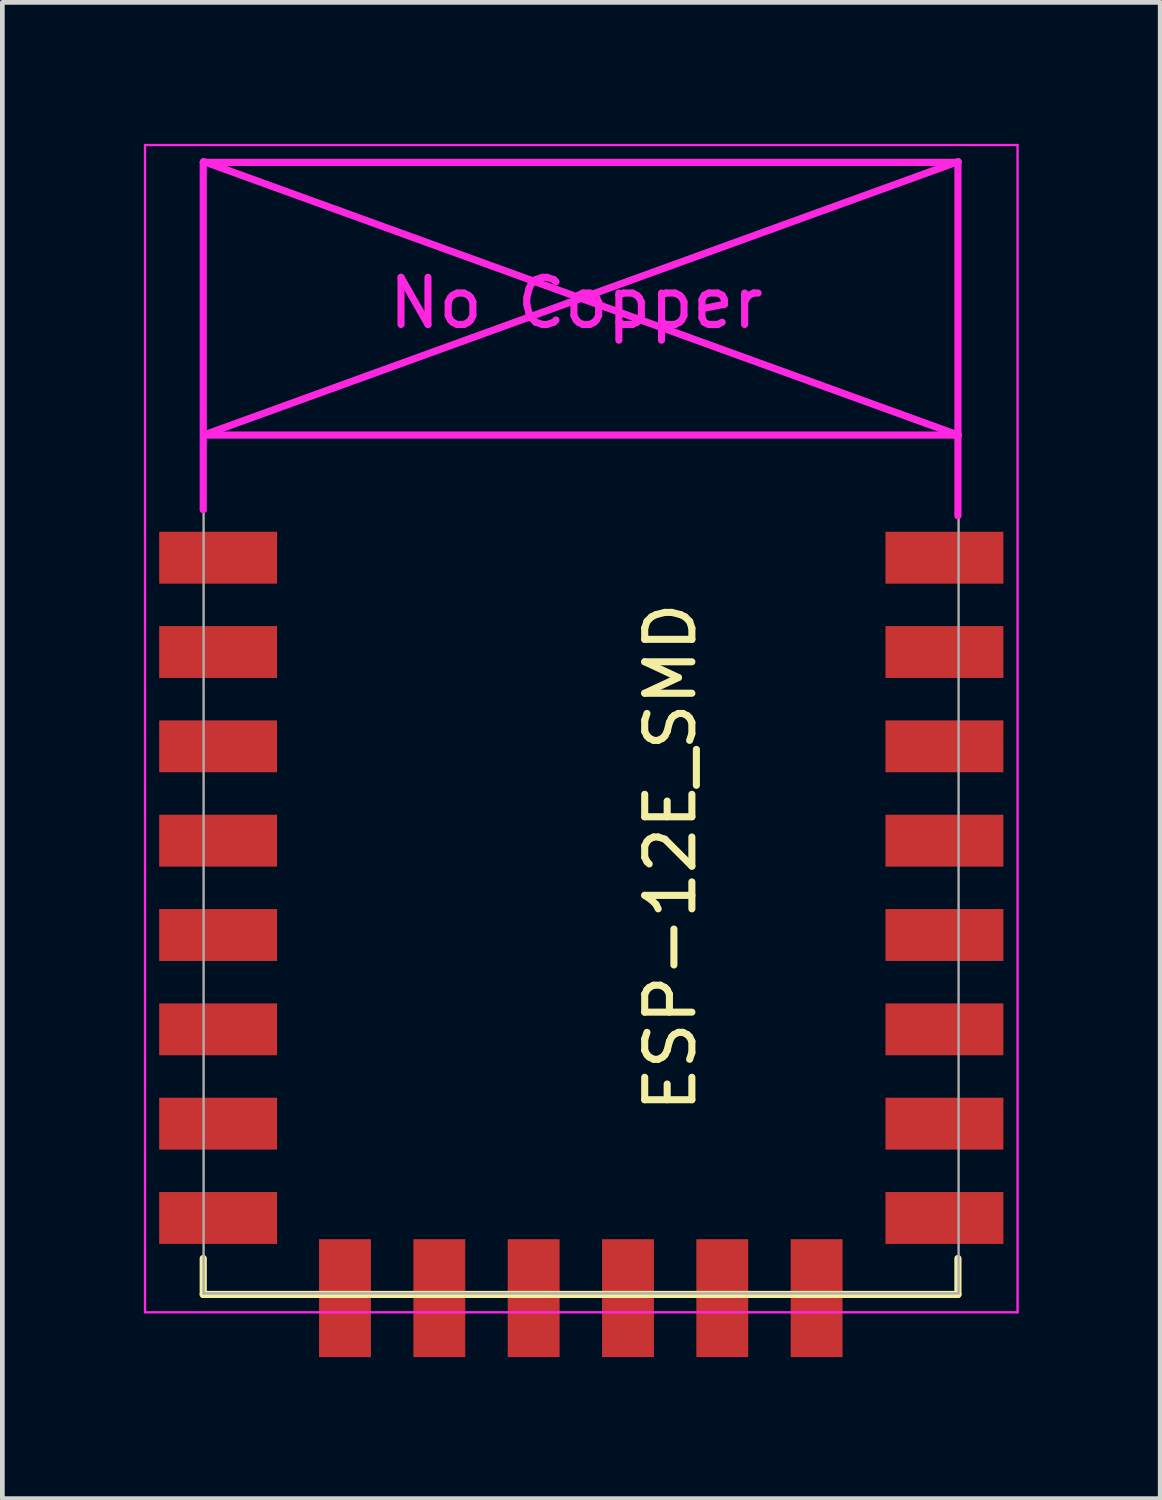
<source format=kicad_pcb>
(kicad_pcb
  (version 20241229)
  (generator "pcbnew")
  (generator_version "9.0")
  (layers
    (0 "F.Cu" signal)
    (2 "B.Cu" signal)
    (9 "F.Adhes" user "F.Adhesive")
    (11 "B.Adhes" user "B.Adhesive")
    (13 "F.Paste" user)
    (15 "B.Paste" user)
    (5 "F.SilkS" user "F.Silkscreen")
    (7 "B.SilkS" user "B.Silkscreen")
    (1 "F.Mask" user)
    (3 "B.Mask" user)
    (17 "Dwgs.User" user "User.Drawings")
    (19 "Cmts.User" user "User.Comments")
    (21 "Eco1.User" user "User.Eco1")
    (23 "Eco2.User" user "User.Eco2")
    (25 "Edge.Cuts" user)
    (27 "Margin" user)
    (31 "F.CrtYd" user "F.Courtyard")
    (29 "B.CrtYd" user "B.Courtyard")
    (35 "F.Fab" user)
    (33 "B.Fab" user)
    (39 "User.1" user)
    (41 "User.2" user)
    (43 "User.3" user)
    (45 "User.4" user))
  (footprint "ESP-12E_SMD"
    (placed yes)
    (layer "F.Cu")
    (at 2.275 8.775)
    (property "Reference" "ESP-12E_SMD" (at 8.89 6.35 90) (layer "F.SilkS") (effects (font (size 1 1) (thickness 0.15))))
    (attr through_hole)
    (fp_line (start -1.016 14.859) (end -1.016 15.621) (stroke (width 0.152) (type solid)) (layer "F.SilkS"))
    (fp_line (start -1.016 15.621) (end 14.986 15.621) (stroke (width 0.152) (type solid)) (layer "F.SilkS"))
    (fp_line (start 14.986 15.621) (end 14.986 14.859) (stroke (width 0.152) (type solid)) (layer "F.SilkS"))
    (fp_line (start -2.25 -8.75) (end 15.25 -8.75) (stroke (width 0.05) (type solid)) (layer "F.CrtYd"))
    (fp_line (start -2.25 -0.5) (end -2.25 -8.75) (stroke (width 0.05) (type solid)) (layer "F.CrtYd"))
    (fp_line (start -2.25 16) (end -2.25 -0.5) (stroke (width 0.05) (type solid)) (layer "F.CrtYd"))
    (fp_line (start -1.016 -8.382) (end -1.016 -1.016) (stroke (width 0.152) (type solid)) (layer "F.CrtYd"))
    (fp_line (start -1.016 -8.382) (end 14.986 -8.382) (stroke (width 0.152) (type solid)) (layer "F.CrtYd"))
    (fp_line (start -1.008 -8.4) (end 14.992 -2.6) (stroke (width 0.152) (type solid)) (layer "F.CrtYd"))
    (fp_line (start -1.008 -2.6) (end 14.992 -2.6) (stroke (width 0.152) (type solid)) (layer "F.CrtYd"))
    (fp_line (start 14.986 -8.382) (end 14.986 -0.889) (stroke (width 0.152) (type solid)) (layer "F.CrtYd"))
    (fp_line (start 14.992 -8.4) (end -1.008 -2.6) (stroke (width 0.152) (type solid)) (layer "F.CrtYd"))
    (fp_line (start 15.25 -8.75) (end 16.25 -8.75) (stroke (width 0.05) (type solid)) (layer "F.CrtYd"))
    (fp_line (start 16.25 -8.75) (end 16.25 16) (stroke (width 0.05) (type solid)) (layer "F.CrtYd"))
    (fp_line (start 16.25 16) (end -2.25 16) (stroke (width 0.05) (type solid)) (layer "F.CrtYd"))
    (fp_line (start -1.008 -8.4) (end 14.992 -8.4) (stroke (width 0.05) (type solid)) (layer "F.Fab"))
    (fp_line (start -1.008 15.6) (end -1.008 -8.4) (stroke (width 0.05) (type solid)) (layer "F.Fab"))
    (fp_line (start 14.992 15.6) (end -1.008 15.6) (stroke (width 0.05) (type solid)) (layer "F.Fab"))
    (fp_line (start 15 -8.4) (end 15 15.6) (stroke (width 0.05) (type solid)) (layer "F.Fab"))
    (fp_text user "No Copper" (at 6.892 -5.4 0) (layer "F.CrtYd") (effects (font (size 1 1) (thickness 0.15))))
    (pad "1" smd rect (at 0 0) (size 2.5 1.1) (drill (offset -0.7 0)) (layers "F.Cu" "F.Mask" "F.Paste"))
    (pad "2" smd rect (at 0 2) (size 2.5 1.1) (drill (offset -0.7 0)) (layers "F.Cu" "F.Mask" "F.Paste"))
    (pad "3" smd rect (at 0 4) (size 2.5 1.1) (drill (offset -0.7 0)) (layers "F.Cu" "F.Mask" "F.Paste"))
    (pad "4" smd rect (at 0 6) (size 2.5 1.1) (drill (offset -0.7 0)) (layers "F.Cu" "F.Mask" "F.Paste"))
    (pad "5" smd rect (at 0 8) (size 2.5 1.1) (drill (offset -0.7 0)) (layers "F.Cu" "F.Mask" "F.Paste"))
    (pad "6" smd rect (at 0 10) (size 2.5 1.1) (drill (offset -0.7 0)) (layers "F.Cu" "F.Mask" "F.Paste"))
    (pad "7" smd rect (at 0 12) (size 2.5 1.1) (drill (offset -0.7 0)) (layers "F.Cu" "F.Mask" "F.Paste"))
    (pad "8" smd rect (at 0 14) (size 2.5 1.1) (drill (offset -0.7 0)) (layers "F.Cu" "F.Mask" "F.Paste"))
    (pad "9" smd rect (at 14 14) (size 2.5 1.1) (drill (offset 0.7 0)) (layers "F.Cu" "F.Mask" "F.Paste"))
    (pad "10" smd rect (at 14 12) (size 2.5 1.1) (drill (offset 0.7 0)) (layers "F.Cu" "F.Mask" "F.Paste"))
    (pad "11" smd rect (at 14 10) (size 2.5 1.1) (drill (offset 0.7 0)) (layers "F.Cu" "F.Mask" "F.Paste"))
    (pad "12" smd rect (at 14 8) (size 2.5 1.1) (drill (offset 0.7 0)) (layers "F.Cu" "F.Mask" "F.Paste"))
    (pad "13" smd rect (at 14 6) (size 2.5 1.1) (drill (offset 0.7 0)) (layers "F.Cu" "F.Mask" "F.Paste"))
    (pad "14" smd rect (at 14 4) (size 2.5 1.1) (drill (offset 0.7 0)) (layers "F.Cu" "F.Mask" "F.Paste"))
    (pad "15" smd rect (at 14 2) (size 2.5 1.1) (drill (offset 0.7 0)) (layers "F.Cu" "F.Mask" "F.Paste"))
    (pad "16" smd rect (at 14 0) (size 2.5 1.1) (drill (offset 0.7 0)) (layers "F.Cu" "F.Mask" "F.Paste"))
    (pad "17" smd rect (at 1.99 15 90) (size 2.5 1.1) (drill (offset -0.7 0)) (layers "F.Cu" "F.Mask" "F.Paste"))
    (pad "18" smd rect (at 3.99 15 90) (size 2.5 1.1) (drill (offset -0.7 0)) (layers "F.Cu" "F.Mask" "F.Paste"))
    (pad "19" smd rect (at 5.99 15 90) (size 2.5 1.1) (drill (offset -0.7 0)) (layers "F.Cu" "F.Mask" "F.Paste"))
    (pad "20" smd rect (at 7.99 15 90) (size 2.5 1.1) (drill (offset -0.7 0)) (layers "F.Cu" "F.Mask" "F.Paste"))
    (pad "21" smd rect (at 9.99 15 90) (size 2.5 1.1) (drill (offset -0.7 0)) (layers "F.Cu" "F.Mask" "F.Paste"))
    (pad "22" smd rect (at 11.99 15 90) (size 2.5 1.1) (drill (offset -0.7 0)) (layers "F.Cu" "F.Mask" "F.Paste")))
  (gr_rect
    (start -3 -3)
    (end 21.55 28.725)
    (stroke (width 0.1) (type default))
    (fill no)
    (layer "Edge.Cuts")))
</source>
